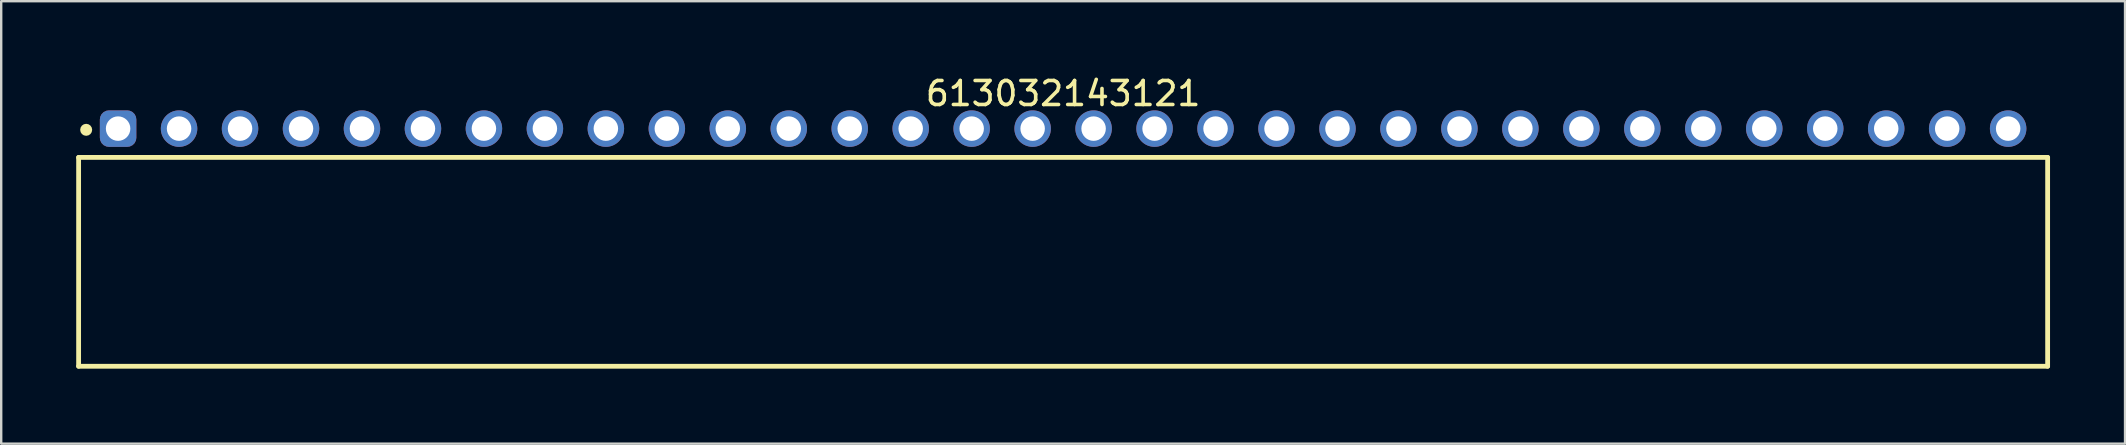
<source format=kicad_pcb>
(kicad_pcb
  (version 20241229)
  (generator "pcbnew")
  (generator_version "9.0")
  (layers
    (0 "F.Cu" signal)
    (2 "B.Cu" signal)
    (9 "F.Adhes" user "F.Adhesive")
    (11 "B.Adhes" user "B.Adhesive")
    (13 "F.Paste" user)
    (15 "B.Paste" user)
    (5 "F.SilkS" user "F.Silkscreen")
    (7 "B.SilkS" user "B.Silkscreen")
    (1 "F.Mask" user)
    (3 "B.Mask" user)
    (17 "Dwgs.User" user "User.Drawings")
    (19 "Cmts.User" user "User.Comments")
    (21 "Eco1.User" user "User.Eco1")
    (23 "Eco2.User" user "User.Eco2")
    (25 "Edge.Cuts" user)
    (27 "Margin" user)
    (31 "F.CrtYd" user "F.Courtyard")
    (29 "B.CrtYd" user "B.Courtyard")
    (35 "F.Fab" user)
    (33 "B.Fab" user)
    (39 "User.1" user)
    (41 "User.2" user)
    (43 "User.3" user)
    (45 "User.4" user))
  (footprint "613032143121"
    (layer "F.Cu")
    (at 41.24 7.858)
    (property "Reference" "613032143121" (at 0 -7.01 0) (layer "F.SilkS") (effects (font (size 1 1) (thickness 0.15))))
    (fp_line (start -41.015 -4.35) (end 41.015 -4.35) (stroke (width 0.2) (type solid)) (layer "F.SilkS"))
    (fp_line (start -41.015 4.35) (end -41.015 -4.35) (stroke (width 0.2) (type solid)) (layer "F.SilkS"))
    (fp_line (start -41.015 4.35) (end 41.015 4.35) (stroke (width 0.2) (type solid)) (layer "F.SilkS"))
    (fp_line (start 41.015 4.35) (end 41.015 -4.35) (stroke (width 0.2) (type solid)) (layer "F.SilkS"))
    (fp_circle (center -40.7 -5.5) (end -40.7 -5.625) (stroke (width 0.25) (type solid)) (fill no) (layer "F.SilkS"))
    (fp_line (start -41.215 -6.51) (end 41.215 -6.51) (stroke (width 0.05) (type solid)) (layer "Eco2.User"))
    (fp_line (start -41.215 4.55) (end -41.215 -6.51) (stroke (width 0.05) (type solid)) (layer "Eco2.User"))
    (fp_line (start -41.215 4.55) (end 41.215 4.55) (stroke (width 0.05) (type solid)) (layer "Eco2.User"))
    (fp_line (start -40.89 -4.25) (end 40.89 -4.25) (stroke (width 0.1) (type solid)) (layer "Eco2.User"))
    (fp_line (start -40.89 4.25) (end -40.89 -4.25) (stroke (width 0.1) (type solid)) (layer "Eco2.User"))
    (fp_line (start -40.89 4.25) (end 40.89 4.25) (stroke (width 0.1) (type solid)) (layer "Eco2.User"))
    (fp_line (start -39.74 -5.75) (end -39 -5.75) (stroke (width 0.1) (type solid)) (layer "Eco2.User"))
    (fp_line (start -39.74 -4.25) (end -39.74 -5.75) (stroke (width 0.1) (type solid)) (layer "Eco2.User"))
    (fp_line (start -39 -4.25) (end -39 -5.75) (stroke (width 0.1) (type solid)) (layer "Eco2.User"))
    (fp_line (start -37.2 -5.75) (end -36.46 -5.75) (stroke (width 0.1) (type solid)) (layer "Eco2.User"))
    (fp_line (start -37.2 -4.25) (end -37.2 -5.75) (stroke (width 0.1) (type solid)) (layer "Eco2.User"))
    (fp_line (start -36.46 -4.25) (end -36.46 -5.75) (stroke (width 0.1) (type solid)) (layer "Eco2.User"))
    (fp_line (start -34.66 -5.75) (end -33.92 -5.75) (stroke (width 0.1) (type solid)) (layer "Eco2.User"))
    (fp_line (start -34.66 -4.25) (end -34.66 -5.75) (stroke (width 0.1) (type solid)) (layer "Eco2.User"))
    (fp_line (start -33.92 -4.25) (end -33.92 -5.75) (stroke (width 0.1) (type solid)) (layer "Eco2.User"))
    (fp_line (start -32.12 -5.75) (end -31.38 -5.75) (stroke (width 0.1) (type solid)) (layer "Eco2.User"))
    (fp_line (start -32.12 -4.25) (end -32.12 -5.75) (stroke (width 0.1) (type solid)) (layer "Eco2.User"))
    (fp_line (start -31.38 -4.25) (end -31.38 -5.75) (stroke (width 0.1) (type solid)) (layer "Eco2.User"))
    (fp_line (start -29.58 -5.75) (end -28.84 -5.75) (stroke (width 0.1) (type solid)) (layer "Eco2.User"))
    (fp_line (start -29.58 -4.25) (end -29.58 -5.75) (stroke (width 0.1) (type solid)) (layer "Eco2.User"))
    (fp_line (start -28.84 -4.25) (end -28.84 -5.75) (stroke (width 0.1) (type solid)) (layer "Eco2.User"))
    (fp_line (start -27.04 -5.75) (end -26.3 -5.75) (stroke (width 0.1) (type solid)) (layer "Eco2.User"))
    (fp_line (start -27.04 -4.25) (end -27.04 -5.75) (stroke (width 0.1) (type solid)) (layer "Eco2.User"))
    (fp_line (start -26.3 -4.25) (end -26.3 -5.75) (stroke (width 0.1) (type solid)) (layer "Eco2.User"))
    (fp_line (start -24.5 -5.75) (end -23.76 -5.75) (stroke (width 0.1) (type solid)) (layer "Eco2.User"))
    (fp_line (start -24.5 -4.25) (end -24.5 -5.75) (stroke (width 0.1) (type solid)) (layer "Eco2.User"))
    (fp_line (start -23.76 -4.25) (end -23.76 -5.75) (stroke (width 0.1) (type solid)) (layer "Eco2.User"))
    (fp_line (start -21.96 -5.75) (end -21.22 -5.75) (stroke (width 0.1) (type solid)) (layer "Eco2.User"))
    (fp_line (start -21.96 -4.25) (end -21.96 -5.75) (stroke (width 0.1) (type solid)) (layer "Eco2.User"))
    (fp_line (start -21.22 -4.25) (end -21.22 -5.75) (stroke (width 0.1) (type solid)) (layer "Eco2.User"))
    (fp_line (start -19.42 -5.75) (end -18.68 -5.75) (stroke (width 0.1) (type solid)) (layer "Eco2.User"))
    (fp_line (start -19.42 -4.25) (end -19.42 -5.75) (stroke (width 0.1) (type solid)) (layer "Eco2.User"))
    (fp_line (start -18.68 -4.25) (end -18.68 -5.75) (stroke (width 0.1) (type solid)) (layer "Eco2.User"))
    (fp_line (start -16.88 -5.75) (end -16.14 -5.75) (stroke (width 0.1) (type solid)) (layer "Eco2.User"))
    (fp_line (start -16.88 -4.25) (end -16.88 -5.75) (stroke (width 0.1) (type solid)) (layer "Eco2.User"))
    (fp_line (start -16.14 -4.25) (end -16.14 -5.75) (stroke (width 0.1) (type solid)) (layer "Eco2.User"))
    (fp_line (start -14.34 -5.75) (end -13.6 -5.75) (stroke (width 0.1) (type solid)) (layer "Eco2.User"))
    (fp_line (start -14.34 -4.25) (end -14.34 -5.75) (stroke (width 0.1) (type solid)) (layer "Eco2.User"))
    (fp_line (start -13.6 -4.25) (end -13.6 -5.75) (stroke (width 0.1) (type solid)) (layer "Eco2.User"))
    (fp_line (start -11.8 -5.75) (end -11.06 -5.75) (stroke (width 0.1) (type solid)) (layer "Eco2.User"))
    (fp_line (start -11.8 -4.25) (end -11.8 -5.75) (stroke (width 0.1) (type solid)) (layer "Eco2.User"))
    (fp_line (start -11.06 -4.25) (end -11.06 -5.75) (stroke (width 0.1) (type solid)) (layer "Eco2.User"))
    (fp_line (start -9.26 -5.75) (end -8.52 -5.75) (stroke (width 0.1) (type solid)) (layer "Eco2.User"))
    (fp_line (start -9.26 -4.25) (end -9.26 -5.75) (stroke (width 0.1) (type solid)) (layer "Eco2.User"))
    (fp_line (start -8.52 -4.25) (end -8.52 -5.75) (stroke (width 0.1) (type solid)) (layer "Eco2.User"))
    (fp_line (start -6.72 -5.75) (end -5.98 -5.75) (stroke (width 0.1) (type solid)) (layer "Eco2.User"))
    (fp_line (start -6.72 -4.25) (end -6.72 -5.75) (stroke (width 0.1) (type solid)) (layer "Eco2.User"))
    (fp_line (start -5.98 -4.25) (end -5.98 -5.75) (stroke (width 0.1) (type solid)) (layer "Eco2.User"))
    (fp_line (start -4.18 -5.75) (end -3.44 -5.75) (stroke (width 0.1) (type solid)) (layer "Eco2.User"))
    (fp_line (start -4.18 -4.25) (end -4.18 -5.75) (stroke (width 0.1) (type solid)) (layer "Eco2.User"))
    (fp_line (start -3.44 -4.25) (end -3.44 -5.75) (stroke (width 0.1) (type solid)) (layer "Eco2.User"))
    (fp_line (start -1.64 -5.75) (end -0.9 -5.75) (stroke (width 0.1) (type solid)) (layer "Eco2.User"))
    (fp_line (start -1.64 -4.25) (end -1.64 -5.75) (stroke (width 0.1) (type solid)) (layer "Eco2.User"))
    (fp_line (start -0.9 -4.25) (end -0.9 -5.75) (stroke (width 0.1) (type solid)) (layer "Eco2.User"))
    (fp_line (start -0.5 0) (end 0.5 0) (stroke (width 0.05) (type solid)) (layer "Eco2.User"))
    (fp_line (start 0 0.5) (end 0 -0.5) (stroke (width 0.05) (type solid)) (layer "Eco2.User"))
    (fp_line (start 0.9 -5.75) (end 1.64 -5.75) (stroke (width 0.1) (type solid)) (layer "Eco2.User"))
    (fp_line (start 0.9 -4.25) (end 0.9 -5.75) (stroke (width 0.1) (type solid)) (layer "Eco2.User"))
    (fp_line (start 1.64 -4.25) (end 1.64 -5.75) (stroke (width 0.1) (type solid)) (layer "Eco2.User"))
    (fp_line (start 3.44 -5.75) (end 4.18 -5.75) (stroke (width 0.1) (type solid)) (layer "Eco2.User"))
    (fp_line (start 3.44 -4.25) (end 3.44 -5.75) (stroke (width 0.1) (type solid)) (layer "Eco2.User"))
    (fp_line (start 4.18 -4.25) (end 4.18 -5.75) (stroke (width 0.1) (type solid)) (layer "Eco2.User"))
    (fp_line (start 5.98 -5.75) (end 6.72 -5.75) (stroke (width 0.1) (type solid)) (layer "Eco2.User"))
    (fp_line (start 5.98 -4.25) (end 5.98 -5.75) (stroke (width 0.1) (type solid)) (layer "Eco2.User"))
    (fp_line (start 6.72 -4.25) (end 6.72 -5.75) (stroke (width 0.1) (type solid)) (layer "Eco2.User"))
    (fp_line (start 8.52 -5.75) (end 9.26 -5.75) (stroke (width 0.1) (type solid)) (layer "Eco2.User"))
    (fp_line (start 8.52 -4.25) (end 8.52 -5.75) (stroke (width 0.1) (type solid)) (layer "Eco2.User"))
    (fp_line (start 9.26 -4.25) (end 9.26 -5.75) (stroke (width 0.1) (type solid)) (layer "Eco2.User"))
    (fp_line (start 11.06 -5.75) (end 11.8 -5.75) (stroke (width 0.1) (type solid)) (layer "Eco2.User"))
    (fp_line (start 11.06 -4.25) (end 11.06 -5.75) (stroke (width 0.1) (type solid)) (layer "Eco2.User"))
    (fp_line (start 11.8 -4.25) (end 11.8 -5.75) (stroke (width 0.1) (type solid)) (layer "Eco2.User"))
    (fp_line (start 13.6 -5.75) (end 14.34 -5.75) (stroke (width 0.1) (type solid)) (layer "Eco2.User"))
    (fp_line (start 13.6 -4.25) (end 13.6 -5.75) (stroke (width 0.1) (type solid)) (layer "Eco2.User"))
    (fp_line (start 14.34 -4.25) (end 14.34 -5.75) (stroke (width 0.1) (type solid)) (layer "Eco2.User"))
    (fp_line (start 16.14 -5.75) (end 16.88 -5.75) (stroke (width 0.1) (type solid)) (layer "Eco2.User"))
    (fp_line (start 16.14 -4.25) (end 16.14 -5.75) (stroke (width 0.1) (type solid)) (layer "Eco2.User"))
    (fp_line (start 16.88 -4.25) (end 16.88 -5.75) (stroke (width 0.1) (type solid)) (layer "Eco2.User"))
    (fp_line (start 18.68 -5.75) (end 19.42 -5.75) (stroke (width 0.1) (type solid)) (layer "Eco2.User"))
    (fp_line (start 18.68 -4.25) (end 18.68 -5.75) (stroke (width 0.1) (type solid)) (layer "Eco2.User"))
    (fp_line (start 19.42 -4.25) (end 19.42 -5.75) (stroke (width 0.1) (type solid)) (layer "Eco2.User"))
    (fp_line (start 21.22 -5.75) (end 21.96 -5.75) (stroke (width 0.1) (type solid)) (layer "Eco2.User"))
    (fp_line (start 21.22 -4.25) (end 21.22 -5.75) (stroke (width 0.1) (type solid)) (layer "Eco2.User"))
    (fp_line (start 21.96 -4.25) (end 21.96 -5.75) (stroke (width 0.1) (type solid)) (layer "Eco2.User"))
    (fp_line (start 23.76 -5.75) (end 24.5 -5.75) (stroke (width 0.1) (type solid)) (layer "Eco2.User"))
    (fp_line (start 23.76 -4.25) (end 23.76 -5.75) (stroke (width 0.1) (type solid)) (layer "Eco2.User"))
    (fp_line (start 24.5 -4.25) (end 24.5 -5.75) (stroke (width 0.1) (type solid)) (layer "Eco2.User"))
    (fp_line (start 26.3 -5.75) (end 27.04 -5.75) (stroke (width 0.1) (type solid)) (layer "Eco2.User"))
    (fp_line (start 26.3 -4.25) (end 26.3 -5.75) (stroke (width 0.1) (type solid)) (layer "Eco2.User"))
    (fp_line (start 27.04 -4.25) (end 27.04 -5.75) (stroke (width 0.1) (type solid)) (layer "Eco2.User"))
    (fp_line (start 28.84 -5.75) (end 29.58 -5.75) (stroke (width 0.1) (type solid)) (layer "Eco2.User"))
    (fp_line (start 28.84 -4.25) (end 28.84 -5.75) (stroke (width 0.1) (type solid)) (layer "Eco2.User"))
    (fp_line (start 29.58 -4.25) (end 29.58 -5.75) (stroke (width 0.1) (type solid)) (layer "Eco2.User"))
    (fp_line (start 31.38 -5.75) (end 32.12 -5.75) (stroke (width 0.1) (type solid)) (layer "Eco2.User"))
    (fp_line (start 31.38 -4.25) (end 31.38 -5.75) (stroke (width 0.1) (type solid)) (layer "Eco2.User"))
    (fp_line (start 32.12 -4.25) (end 32.12 -5.75) (stroke (width 0.1) (type solid)) (layer "Eco2.User"))
    (fp_line (start 33.92 -5.75) (end 34.66 -5.75) (stroke (width 0.1) (type solid)) (layer "Eco2.User"))
    (fp_line (start 33.92 -4.25) (end 33.92 -5.75) (stroke (width 0.1) (type solid)) (layer "Eco2.User"))
    (fp_line (start 34.66 -4.25) (end 34.66 -5.75) (stroke (width 0.1) (type solid)) (layer "Eco2.User"))
    (fp_line (start 36.46 -5.75) (end 37.2 -5.75) (stroke (width 0.1) (type solid)) (layer "Eco2.User"))
    (fp_line (start 36.46 -4.25) (end 36.46 -5.75) (stroke (width 0.1) (type solid)) (layer "Eco2.User"))
    (fp_line (start 37.2 -4.25) (end 37.2 -5.75) (stroke (width 0.1) (type solid)) (layer "Eco2.User"))
    (fp_line (start 39 -5.75) (end 39.74 -5.75) (stroke (width 0.1) (type solid)) (layer "Eco2.User"))
    (fp_line (start 39 -4.25) (end 39 -5.75) (stroke (width 0.1) (type solid)) (layer "Eco2.User"))
    (fp_line (start 39.74 -4.25) (end 39.74 -5.75) (stroke (width 0.1) (type solid)) (layer "Eco2.User"))
    (fp_line (start 40.89 4.25) (end 40.89 -4.25) (stroke (width 0.1) (type solid)) (layer "Eco2.User"))
    (fp_line (start 41.215 4.55) (end 41.215 -6.51) (stroke (width 0.05) (type solid)) (layer "Eco2.User"))
    (fp_text user "${REFERENCE}" (at 0.15 -0.197 0) (unlocked yes) (layer "User.3") (effects (font (size 1.5 1.5) (thickness 0.15))))
    (pad "1" thru_hole roundrect (at -39.37 -5.55) (size 1.52 1.52) (drill 1.02) (layers "*.Cu" "*.Mask") (roundrect_rratio 0.25))
    (pad "2" thru_hole circle (at -36.83 -5.55) (size 1.52 1.52) (drill 1.02) (layers "*.Cu" "*.Mask"))
    (pad "3" thru_hole circle (at -34.29 -5.55) (size 1.52 1.52) (drill 1.02) (layers "*.Cu" "*.Mask"))
    (pad "4" thru_hole circle (at -31.75 -5.55) (size 1.52 1.52) (drill 1.02) (layers "*.Cu" "*.Mask"))
    (pad "5" thru_hole circle (at -29.21 -5.55) (size 1.52 1.52) (drill 1.02) (layers "*.Cu" "*.Mask"))
    (pad "6" thru_hole circle (at -26.67 -5.55) (size 1.52 1.52) (drill 1.02) (layers "*.Cu" "*.Mask"))
    (pad "7" thru_hole circle (at -24.13 -5.55) (size 1.52 1.52) (drill 1.02) (layers "*.Cu" "*.Mask"))
    (pad "8" thru_hole circle (at -21.59 -5.55) (size 1.52 1.52) (drill 1.02) (layers "*.Cu" "*.Mask"))
    (pad "9" thru_hole circle (at -19.05 -5.55) (size 1.52 1.52) (drill 1.02) (layers "*.Cu" "*.Mask"))
    (pad "10" thru_hole circle (at -16.51 -5.55) (size 1.52 1.52) (drill 1.02) (layers "*.Cu" "*.Mask"))
    (pad "11" thru_hole circle (at -13.97 -5.55) (size 1.52 1.52) (drill 1.02) (layers "*.Cu" "*.Mask"))
    (pad "12" thru_hole circle (at -11.43 -5.55) (size 1.52 1.52) (drill 1.02) (layers "*.Cu" "*.Mask"))
    (pad "13" thru_hole circle (at -8.89 -5.55) (size 1.52 1.52) (drill 1.02) (layers "*.Cu" "*.Mask"))
    (pad "14" thru_hole circle (at -6.35 -5.55) (size 1.52 1.52) (drill 1.02) (layers "*.Cu" "*.Mask"))
    (pad "15" thru_hole circle (at -3.81 -5.55) (size 1.52 1.52) (drill 1.02) (layers "*.Cu" "*.Mask"))
    (pad "16" thru_hole circle (at -1.27 -5.55) (size 1.52 1.52) (drill 1.02) (layers "*.Cu" "*.Mask"))
    (pad "17" thru_hole circle (at 1.27 -5.55) (size 1.52 1.52) (drill 1.02) (layers "*.Cu" "*.Mask"))
    (pad "18" thru_hole circle (at 3.81 -5.55) (size 1.52 1.52) (drill 1.02) (layers "*.Cu" "*.Mask"))
    (pad "19" thru_hole circle (at 6.35 -5.55) (size 1.52 1.52) (drill 1.02) (layers "*.Cu" "*.Mask"))
    (pad "20" thru_hole circle (at 8.89 -5.55) (size 1.52 1.52) (drill 1.02) (layers "*.Cu" "*.Mask"))
    (pad "21" thru_hole circle (at 11.43 -5.55) (size 1.52 1.52) (drill 1.02) (layers "*.Cu" "*.Mask"))
    (pad "22" thru_hole circle (at 13.97 -5.55) (size 1.52 1.52) (drill 1.02) (layers "*.Cu" "*.Mask"))
    (pad "23" thru_hole circle (at 16.51 -5.55) (size 1.52 1.52) (drill 1.02) (layers "*.Cu" "*.Mask"))
    (pad "24" thru_hole circle (at 19.05 -5.55) (size 1.52 1.52) (drill 1.02) (layers "*.Cu" "*.Mask"))
    (pad "25" thru_hole circle (at 21.59 -5.55) (size 1.52 1.52) (drill 1.02) (layers "*.Cu" "*.Mask"))
    (pad "26" thru_hole circle (at 24.13 -5.55) (size 1.52 1.52) (drill 1.02) (layers "*.Cu" "*.Mask"))
    (pad "27" thru_hole circle (at 26.67 -5.55) (size 1.52 1.52) (drill 1.02) (layers "*.Cu" "*.Mask"))
    (pad "28" thru_hole circle (at 29.21 -5.55) (size 1.52 1.52) (drill 1.02) (layers "*.Cu" "*.Mask"))
    (pad "29" thru_hole circle (at 31.75 -5.55) (size 1.52 1.52) (drill 1.02) (layers "*.Cu" "*.Mask"))
    (pad "30" thru_hole circle (at 34.29 -5.55) (size 1.52 1.52) (drill 1.02) (layers "*.Cu" "*.Mask"))
    (pad "31" thru_hole circle (at 36.83 -5.55) (size 1.52 1.52) (drill 1.02) (layers "*.Cu" "*.Mask"))
    (pad "32" thru_hole circle (at 39.37 -5.55) (size 1.52 1.52) (drill 1.02) (layers "*.Cu" "*.Mask")))
  (gr_rect
    (start -3 -3)
    (end 85.48 15.433)
    (stroke (width 0.1) (type default))
    (fill no)
    (layer "Edge.Cuts")))
</source>
